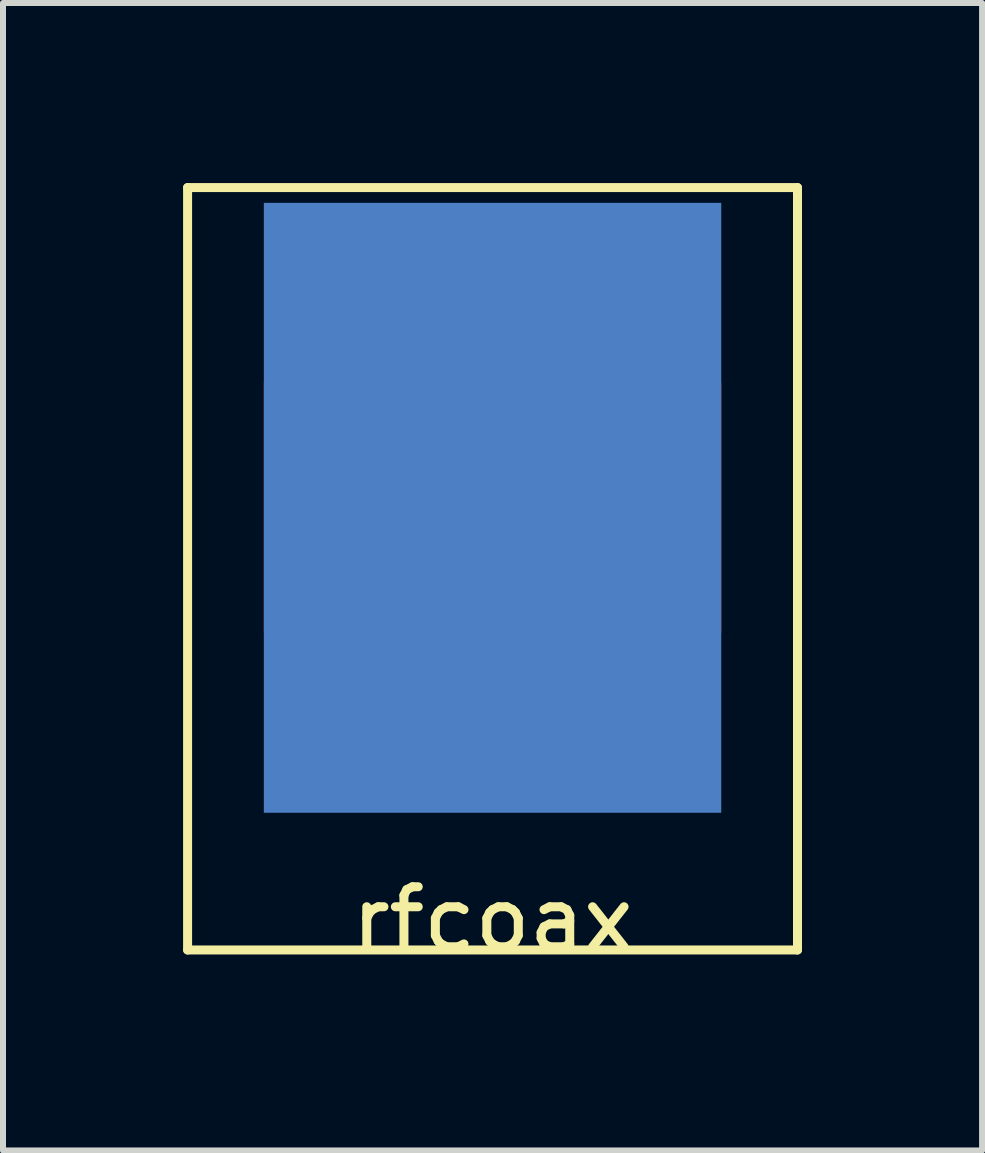
<source format=kicad_pcb>
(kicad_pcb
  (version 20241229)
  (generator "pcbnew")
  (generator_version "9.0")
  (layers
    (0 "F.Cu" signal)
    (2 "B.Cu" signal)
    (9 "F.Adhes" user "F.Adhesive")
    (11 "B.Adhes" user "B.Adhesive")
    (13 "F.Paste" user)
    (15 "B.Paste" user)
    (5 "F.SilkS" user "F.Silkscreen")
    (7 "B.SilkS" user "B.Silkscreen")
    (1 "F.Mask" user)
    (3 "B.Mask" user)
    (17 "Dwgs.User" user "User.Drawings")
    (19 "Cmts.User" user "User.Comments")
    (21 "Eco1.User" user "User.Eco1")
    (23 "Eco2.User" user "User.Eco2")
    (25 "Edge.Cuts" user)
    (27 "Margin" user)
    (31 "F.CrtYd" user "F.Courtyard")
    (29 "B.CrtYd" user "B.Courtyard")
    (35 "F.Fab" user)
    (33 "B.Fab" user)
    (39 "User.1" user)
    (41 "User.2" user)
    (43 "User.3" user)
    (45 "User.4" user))
  (footprint "rfcoax"
    (layer "F.Cu")
    (at 6.425 7.695)
    (property "Reference" "rfcoax" (at -1.27 4.572 0) (layer "F.SilkS") (effects (font (size 1 1) (thickness 0.15))))
    (attr through_hole)
    (fp_line (start -6.35 -7.62) (end 3.81 -7.62) (stroke (width 0.15) (type solid)) (layer "F.SilkS"))
    (fp_line (start -6.35 5.08) (end -6.35 -7.62) (stroke (width 0.15) (type solid)) (layer "F.SilkS"))
    (fp_line (start 3.81 -7.62) (end 3.81 5.08) (stroke (width 0.15) (type solid)) (layer "F.SilkS"))
    (fp_line (start 3.81 5.08) (end -6.35 5.08) (stroke (width 0.15) (type solid)) (layer "F.SilkS"))
    (pad "1" smd rect (at -1.27 -2.286) (size 7.62 4.166) (layers "F.Cu" "F.Mask" "F.Paste"))
    (pad "2" smd rect (at -1.27 -2.286) (size 7.62 10.16) (layers "B.Cu" "B.Mask" "B.Paste")))
  (gr_rect
    (start -3 -3)
    (end 13.31 16.115)
    (stroke (width 0.1) (type default))
    (fill no)
    (layer "Edge.Cuts")))
</source>
